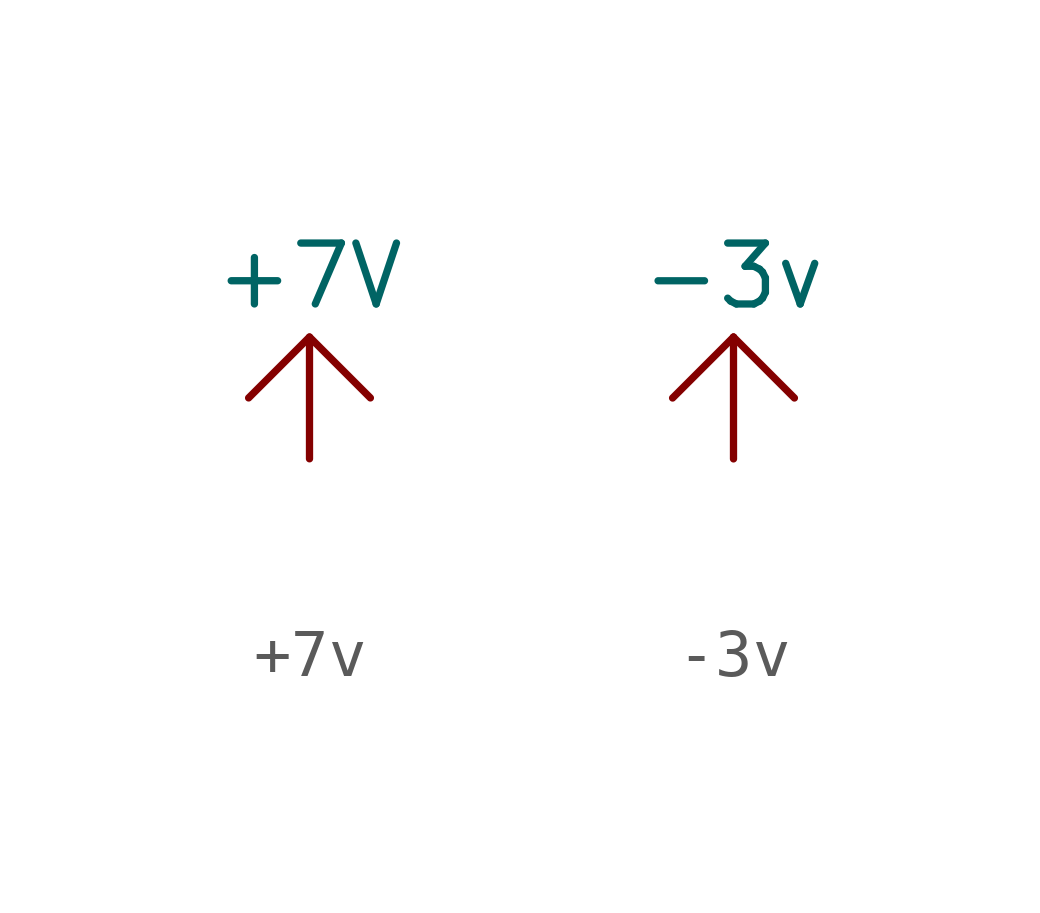
<source format=kicad_sym>
(kicad_symbol_lib
  (version 20231120)
  (generator "kicad_symbol_editor")
  (generator_version "8.0")
  (symbol "+7v"
    (power)
    (property "Reference" "#PWR"
      (at 3.81 2.54 0)
      (effects (font (size 1.27 1.27)) (hide yes)))
    (property "Value" "+7V"
      (at 0 3.81 0)
      (effects (font (size 1.27 1.27))))
    (symbol "+7v_0_1"
      (polyline (pts (xy 0 2.54) (xy -1.27 1.27)) (stroke (width 0) (type default)) (fill (type none)))
      (polyline (pts (xy 0 0) (xy 0 2.54) (xy 1.27 1.27)) (stroke (width 0) (type default)) (fill (type none))))
    (symbol "+7v_1_0"
      (pin power_in line (at 0 0 270) (length 2.54) hide (name "+7v" (effects (font (size 1.27 1.27)))) (number "+7v" (effects (font (size 1.27 1.27)))))))
  (symbol "-3v"
    (power)
    (property "Reference" "#PWR"
      (at 0 1.27 0)
      (effects (font (size 1.27 1.27)) (hide yes)))
    (property "Value" "-3v"
      (at 0 3.81 0)
      (effects (font (size 1.27 1.27))))
    (symbol "-3v_0_0"
      (pin power_in line (at 0 0 270) (length 2.54) hide (name "-3v" (effects (font (size 1.27 1.27)))) (number "" (effects (font (size 1.27 1.27))))))
    (symbol "-3v_0_1"
      (polyline (pts (xy 0 0) (xy 0 2.54)) (stroke (width 0) (type default)) (fill (type none)))
      (polyline (pts (xy 0 2.54) (xy -1.27 1.27)) (stroke (width 0) (type default)) (fill (type none)))
      (polyline (pts (xy 0 2.54) (xy 1.27 1.27)) (stroke (width 0) (type default)) (fill (type none))))))
</source>
